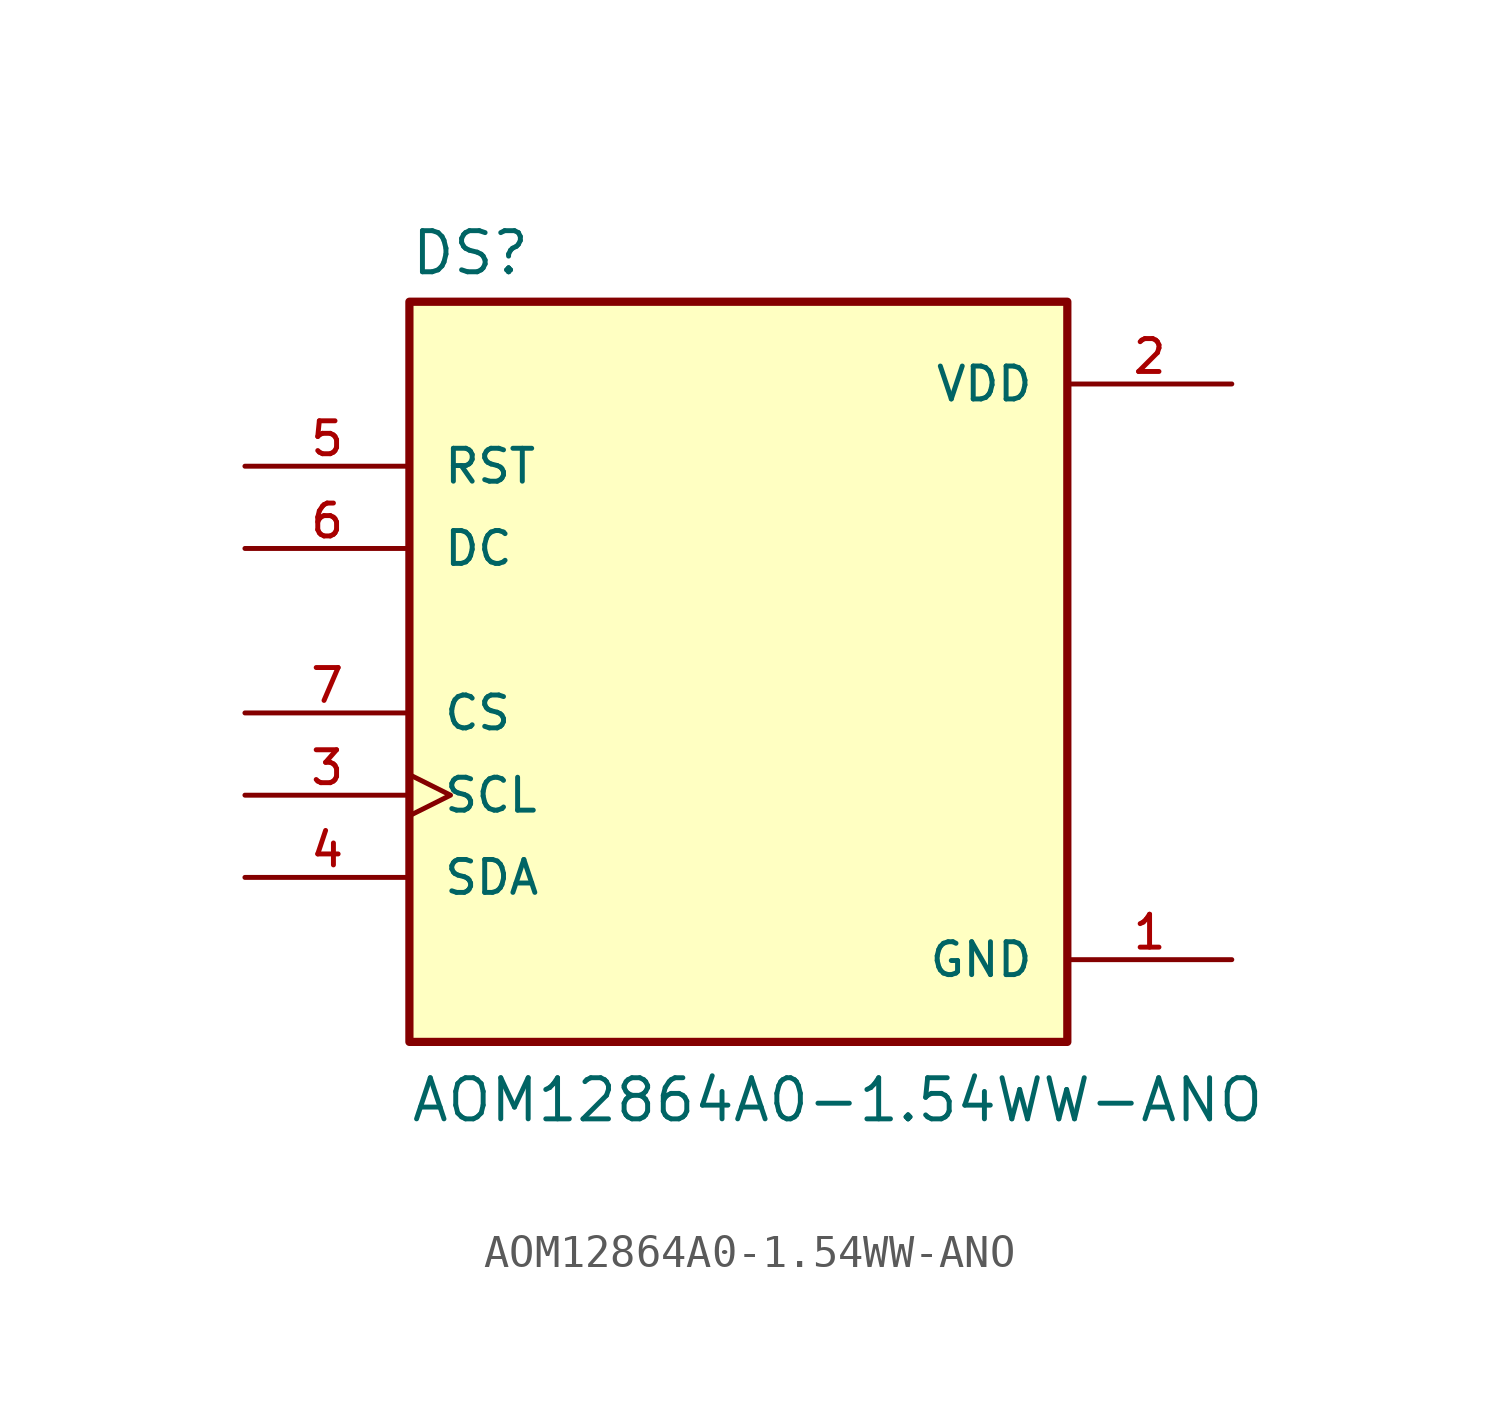
<source format=kicad_sym>
(kicad_symbol_lib
  (version 20211014)
  (generator kicad_symbol_editor)
  (symbol "AOM12864A0-1.54WW-ANO"
    (pin_names
      (offset 1.016))
    (property "Reference" "DS"
      (at -10.16 10.922 0)
      (effects (font (size 1.27 1.27)) (justify bottom left)))
    (property "Value" "AOM12864A0-1.54WW-ANO"
      (at -10.16 -15.24 0)
      (effects (font (size 1.27 1.27)) (justify bottom left)))
    (symbol "AOM12864A0-1.54WW-ANO_0_0"
      (rectangle (start -10.16 -12.7) (end 10.16 10.16) (stroke (width 0.254)) (fill (type background)))
      (pin power_in line (at 15.24 -10.16 180.0) (length 5.08) (name "GND" (effects (font (size 1.016 1.016)))) (number "1" (effects (font (size 1.016 1.016)))))
      (pin power_in line (at 15.24 7.62 180.0) (length 5.08) (name "VDD" (effects (font (size 1.016 1.016)))) (number "2" (effects (font (size 1.016 1.016)))))
      (pin input clock (at -15.24 -5.08 0) (length 5.08) (name "SCL" (effects (font (size 1.016 1.016)))) (number "3" (effects (font (size 1.016 1.016)))))
      (pin bidirectional line (at -15.24 -7.62 0) (length 5.08) (name "SDA" (effects (font (size 1.016 1.016)))) (number "4" (effects (font (size 1.016 1.016)))))
      (pin input line (at -15.24 5.08 0) (length 5.08) (name "RST" (effects (font (size 1.016 1.016)))) (number "5" (effects (font (size 1.016 1.016)))))
      (pin input line (at -15.24 2.54 0) (length 5.08) (name "DC" (effects (font (size 1.016 1.016)))) (number "6" (effects (font (size 1.016 1.016)))))
      (pin input line (at -15.24 -2.54 0) (length 5.08) (name "CS" (effects (font (size 1.016 1.016)))) (number "7" (effects (font (size 1.016 1.016))))))))
</source>
